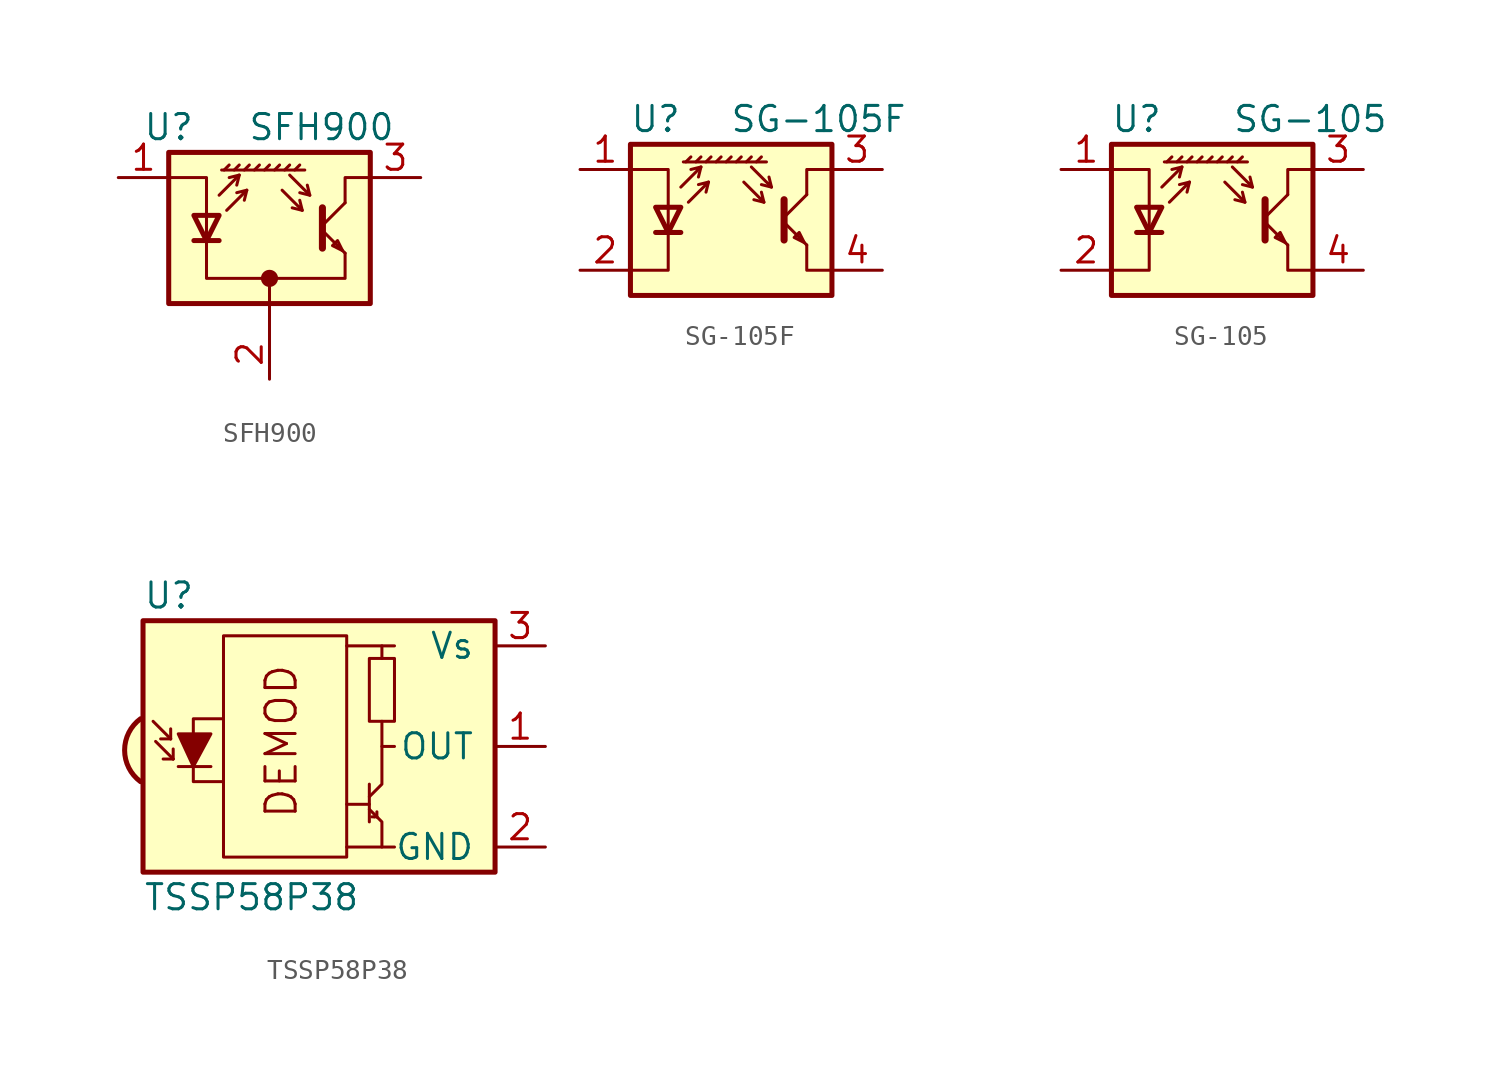
<source format=kicad_sym>
(kicad_symbol_lib
  (version 20220914)
  (generator kicad_symbol_editor)
  (symbol "SFH900"
    (pin_names
      (offset 1.016) hide)
    (property "Reference" "U"
      (at -5.08 5.08 0)
      (effects (font (size 1.27 1.27))))
    (property "Value" "SFH900"
      (at 6.35 5.08 0)
      (effects (font (size 1.27 1.27)) (justify right)))
    (symbol "SFH900_0_1"
      (circle (center 0 -2.54) (radius 0.356) (stroke (width 0) (type default)) (fill (type outline)))
      (polyline (pts (xy -3.81 -0.635) (xy -2.54 -0.635)) (stroke (width 0.254) (type default)) (fill (type none)))
      (polyline (pts (xy -2.286 2.921) (xy -2.032 3.175)) (stroke (width 0) (type default)) (fill (type none)))
      (polyline (pts (xy -1.778 2.921) (xy -1.524 3.175)) (stroke (width 0) (type default)) (fill (type none)))
      (polyline (pts (xy -1.524 2.667) (xy -1.651 2.159)) (stroke (width 0) (type default)) (fill (type none)))
      (polyline (pts (xy -1.27 2.921) (xy -1.016 3.175)) (stroke (width 0) (type default)) (fill (type none)))
      (polyline (pts (xy -1.143 1.905) (xy -1.27 1.397)) (stroke (width 0) (type default)) (fill (type none)))
      (polyline (pts (xy -0.762 2.921) (xy -0.508 3.175)) (stroke (width 0) (type default)) (fill (type none)))
      (polyline (pts (xy -0.254 2.921) (xy 0 3.175)) (stroke (width 0) (type default)) (fill (type none)))
      (polyline (pts (xy 0 -2.54) (xy 0 -5.08)) (stroke (width 0) (type default)) (fill (type none)))
      (polyline (pts (xy 0.254 2.921) (xy 0.508 3.175)) (stroke (width 0) (type default)) (fill (type none)))
      (polyline (pts (xy 0.762 2.921) (xy 1.016 3.175)) (stroke (width 0) (type default)) (fill (type none)))
      (polyline (pts (xy 1.27 2.921) (xy 1.524 3.175)) (stroke (width 0) (type default)) (fill (type none)))
      (polyline (pts (xy 1.651 0.889) (xy 1.143 1.016)) (stroke (width 0) (type default)) (fill (type none)))
      (polyline (pts (xy 1.778 2.921) (xy -2.413 2.921)) (stroke (width 0) (type default)) (fill (type none)))
      (polyline (pts (xy 2.032 1.651) (xy 1.524 1.778)) (stroke (width 0) (type default)) (fill (type none)))
      (polyline (pts (xy 2.667 -0.127) (xy 3.81 -1.27)) (stroke (width 0) (type default)) (fill (type none)))
      (polyline (pts (xy 2.667 0.127) (xy 3.81 1.27)) (stroke (width 0) (type default)) (fill (type none)))
      (polyline (pts (xy -2.54 1.651) (xy -1.524 2.667) (xy -2.032 2.54)) (stroke (width 0) (type default)) (fill (type none)))
      (polyline (pts (xy -2.159 0.889) (xy -1.143 1.905) (xy -1.651 1.778)) (stroke (width 0) (type default)) (fill (type none)))
      (polyline (pts (xy 0.635 1.905) (xy 1.651 0.889) (xy 1.524 1.397)) (stroke (width 0) (type default)) (fill (type none)))
      (polyline (pts (xy 1.016 2.667) (xy 2.032 1.651) (xy 1.905 2.159)) (stroke (width 0) (type default)) (fill (type none)))
      (polyline (pts (xy 2.667 1.016) (xy 2.667 -1.016) (xy 2.667 -1.016)) (stroke (width 0.356) (type default)) (fill (type none)))
      (polyline (pts (xy 3.81 1.27) (xy 3.81 2.54) (xy 5.08 2.54)) (stroke (width 0) (type default)) (fill (type none)))
      (polyline (pts (xy -3.175 -0.635) (xy -3.81 0.635) (xy -2.54 0.635) (xy -3.175 -0.635)) (stroke (width 0.254) (type default)) (fill (type none)))
      (polyline (pts (xy 3.683 -1.143) (xy 3.429 -0.635) (xy 3.175 -0.889) (xy 3.683 -1.143)) (stroke (width 0) (type default)) (fill (type none)))
      (polyline (pts (xy -5.08 -3.81) (xy 5.08 -3.81) (xy 5.08 3.81) (xy -5.08 3.81) (xy -5.08 -3.81)) (stroke (width 0.254) (type default)) (fill (type background)))
      (polyline (pts (xy -5.08 2.54) (xy -3.175 2.54) (xy -3.175 -2.54) (xy 3.81 -2.54) (xy 3.81 -1.27)) (stroke (width 0) (type default)) (fill (type none))))
    (symbol "SFH900_1_1"
      (pin passive line (at -7.62 2.54 0) (length 2.54) (name "A" (effects (font (size 1.27 1.27)))) (number "1" (effects (font (size 1.27 1.27)))))
      (pin passive line (at 0 -7.62 90) (length 2.54) (name "K" (effects (font (size 1.27 1.27)))) (number "2" (effects (font (size 1.27 1.27)))))
      (pin open_collector line (at 7.62 2.54 180) (length 2.54) (name "C" (effects (font (size 1.27 1.27)))) (number "3" (effects (font (size 1.27 1.27)))))))
  (symbol "SG-105F"
    (pin_names
      (offset 1.016) hide)
    (property "Reference" "U"
      (at -3.81 5.08 0)
      (effects (font (size 1.27 1.27))))
    (property "Value" "SG-105F"
      (at 8.89 5.08 0)
      (effects (font (size 1.27 1.27)) (justify right)))
    (symbol "SG-105F_0_1"
      (polyline (pts (xy -3.81 -0.635) (xy -2.54 -0.635)) (stroke (width 0.254) (type default)) (fill (type none)))
      (polyline (pts (xy -2.286 2.921) (xy -2.032 3.175)) (stroke (width 0) (type default)) (fill (type none)))
      (polyline (pts (xy -1.778 2.921) (xy -1.524 3.175)) (stroke (width 0) (type default)) (fill (type none)))
      (polyline (pts (xy -1.524 2.667) (xy -1.651 2.159)) (stroke (width 0) (type default)) (fill (type none)))
      (polyline (pts (xy -1.27 2.921) (xy -1.016 3.175)) (stroke (width 0) (type default)) (fill (type none)))
      (polyline (pts (xy -1.143 1.905) (xy -1.27 1.397)) (stroke (width 0) (type default)) (fill (type none)))
      (polyline (pts (xy -0.762 2.921) (xy -0.508 3.175)) (stroke (width 0) (type default)) (fill (type none)))
      (polyline (pts (xy -0.254 2.921) (xy 0 3.175)) (stroke (width 0) (type default)) (fill (type none)))
      (polyline (pts (xy 0.254 2.921) (xy 0.508 3.175)) (stroke (width 0) (type default)) (fill (type none)))
      (polyline (pts (xy 0.762 2.921) (xy 1.016 3.175)) (stroke (width 0) (type default)) (fill (type none)))
      (polyline (pts (xy 1.27 2.921) (xy 1.524 3.175)) (stroke (width 0) (type default)) (fill (type none)))
      (polyline (pts (xy 1.651 0.889) (xy 1.143 1.016)) (stroke (width 0) (type default)) (fill (type none)))
      (polyline (pts (xy 1.778 2.921) (xy -2.413 2.921)) (stroke (width 0) (type default)) (fill (type none)))
      (polyline (pts (xy 2.032 1.651) (xy 1.524 1.778)) (stroke (width 0) (type default)) (fill (type none)))
      (polyline (pts (xy 2.667 -0.127) (xy 3.81 -1.27)) (stroke (width 0) (type default)) (fill (type none)))
      (polyline (pts (xy 2.667 0.127) (xy 3.81 1.27)) (stroke (width 0) (type default)) (fill (type none)))
      (polyline (pts (xy -2.54 1.651) (xy -1.524 2.667) (xy -2.032 2.54)) (stroke (width 0) (type default)) (fill (type none)))
      (polyline (pts (xy -2.159 0.889) (xy -1.143 1.905) (xy -1.651 1.778)) (stroke (width 0) (type default)) (fill (type none)))
      (polyline (pts (xy 0.635 1.905) (xy 1.651 0.889) (xy 1.524 1.397)) (stroke (width 0) (type default)) (fill (type none)))
      (polyline (pts (xy 1.016 2.667) (xy 2.032 1.651) (xy 1.905 2.159)) (stroke (width 0) (type default)) (fill (type none)))
      (polyline (pts (xy 2.667 1.016) (xy 2.667 -1.016) (xy 2.667 -1.016)) (stroke (width 0.356) (type default)) (fill (type none)))
      (polyline (pts (xy 3.81 -1.27) (xy 3.81 -2.54) (xy 5.08 -2.54)) (stroke (width 0) (type default)) (fill (type none)))
      (polyline (pts (xy 3.81 1.27) (xy 3.81 2.54) (xy 5.08 2.54)) (stroke (width 0) (type default)) (fill (type none)))
      (polyline (pts (xy -5.08 -2.54) (xy -3.175 -2.54) (xy -3.175 2.54) (xy -5.08 2.54)) (stroke (width 0) (type default)) (fill (type none)))
      (polyline (pts (xy -3.175 -0.635) (xy -3.81 0.635) (xy -2.54 0.635) (xy -3.175 -0.635)) (stroke (width 0.254) (type default)) (fill (type none)))
      (polyline (pts (xy 3.683 -1.143) (xy 3.429 -0.635) (xy 3.175 -0.889) (xy 3.683 -1.143)) (stroke (width 0) (type default)) (fill (type none)))
      (polyline (pts (xy -5.08 -3.81) (xy 5.08 -3.81) (xy 5.08 3.81) (xy -5.08 3.81) (xy -5.08 -3.81)) (stroke (width 0.254) (type default)) (fill (type background))))
    (symbol "SG-105F_1_1"
      (pin passive line (at -7.62 2.54 0) (length 2.54) (name "A" (effects (font (size 1.27 1.27)))) (number "1" (effects (font (size 1.27 1.27)))))
      (pin passive line (at -7.62 -2.54 0) (length 2.54) (name "K" (effects (font (size 1.27 1.27)))) (number "2" (effects (font (size 1.27 1.27)))))
      (pin open_collector line (at 7.62 2.54 180) (length 2.54) (name "C" (effects (font (size 1.27 1.27)))) (number "3" (effects (font (size 1.27 1.27)))))
      (pin open_emitter line (at 7.62 -2.54 180) (length 2.54) (name "E" (effects (font (size 1.27 1.27)))) (number "4" (effects (font (size 1.27 1.27)))))))
  (symbol "SG-105"
    (pin_names
      (offset 1.016) hide)
    (property "Reference" "U"
      (at -3.81 5.08 0)
      (effects (font (size 1.27 1.27))))
    (property "Value" "SG-105"
      (at 8.89 5.08 0)
      (effects (font (size 1.27 1.27)) (justify right)))
    (symbol "SG-105_0_1"
      (polyline (pts (xy -3.81 -0.635) (xy -2.54 -0.635)) (stroke (width 0.254) (type default)) (fill (type none)))
      (polyline (pts (xy -2.286 2.921) (xy -2.032 3.175)) (stroke (width 0) (type default)) (fill (type none)))
      (polyline (pts (xy -1.778 2.921) (xy -1.524 3.175)) (stroke (width 0) (type default)) (fill (type none)))
      (polyline (pts (xy -1.524 2.667) (xy -1.651 2.159)) (stroke (width 0) (type default)) (fill (type none)))
      (polyline (pts (xy -1.27 2.921) (xy -1.016 3.175)) (stroke (width 0) (type default)) (fill (type none)))
      (polyline (pts (xy -1.143 1.905) (xy -1.27 1.397)) (stroke (width 0) (type default)) (fill (type none)))
      (polyline (pts (xy -0.762 2.921) (xy -0.508 3.175)) (stroke (width 0) (type default)) (fill (type none)))
      (polyline (pts (xy -0.254 2.921) (xy 0 3.175)) (stroke (width 0) (type default)) (fill (type none)))
      (polyline (pts (xy 0.254 2.921) (xy 0.508 3.175)) (stroke (width 0) (type default)) (fill (type none)))
      (polyline (pts (xy 0.762 2.921) (xy 1.016 3.175)) (stroke (width 0) (type default)) (fill (type none)))
      (polyline (pts (xy 1.27 2.921) (xy 1.524 3.175)) (stroke (width 0) (type default)) (fill (type none)))
      (polyline (pts (xy 1.651 0.889) (xy 1.143 1.016)) (stroke (width 0) (type default)) (fill (type none)))
      (polyline (pts (xy 1.778 2.921) (xy -2.413 2.921)) (stroke (width 0) (type default)) (fill (type none)))
      (polyline (pts (xy 2.032 1.651) (xy 1.524 1.778)) (stroke (width 0) (type default)) (fill (type none)))
      (polyline (pts (xy 2.667 -0.127) (xy 3.81 -1.27)) (stroke (width 0) (type default)) (fill (type none)))
      (polyline (pts (xy 2.667 0.127) (xy 3.81 1.27)) (stroke (width 0) (type default)) (fill (type none)))
      (polyline (pts (xy -2.54 1.651) (xy -1.524 2.667) (xy -2.032 2.54)) (stroke (width 0) (type default)) (fill (type none)))
      (polyline (pts (xy -2.159 0.889) (xy -1.143 1.905) (xy -1.651 1.778)) (stroke (width 0) (type default)) (fill (type none)))
      (polyline (pts (xy 0.635 1.905) (xy 1.651 0.889) (xy 1.524 1.397)) (stroke (width 0) (type default)) (fill (type none)))
      (polyline (pts (xy 1.016 2.667) (xy 2.032 1.651) (xy 1.905 2.159)) (stroke (width 0) (type default)) (fill (type none)))
      (polyline (pts (xy 2.667 1.016) (xy 2.667 -1.016) (xy 2.667 -1.016)) (stroke (width 0.356) (type default)) (fill (type none)))
      (polyline (pts (xy 3.81 -1.27) (xy 3.81 -2.54) (xy 5.08 -2.54)) (stroke (width 0) (type default)) (fill (type none)))
      (polyline (pts (xy 3.81 1.27) (xy 3.81 2.54) (xy 5.08 2.54)) (stroke (width 0) (type default)) (fill (type none)))
      (polyline (pts (xy -5.08 -2.54) (xy -3.175 -2.54) (xy -3.175 2.54) (xy -5.08 2.54)) (stroke (width 0) (type default)) (fill (type none)))
      (polyline (pts (xy -3.175 -0.635) (xy -3.81 0.635) (xy -2.54 0.635) (xy -3.175 -0.635)) (stroke (width 0.254) (type default)) (fill (type none)))
      (polyline (pts (xy 3.683 -1.143) (xy 3.429 -0.635) (xy 3.175 -0.889) (xy 3.683 -1.143)) (stroke (width 0) (type default)) (fill (type none)))
      (polyline (pts (xy -5.08 -3.81) (xy 5.08 -3.81) (xy 5.08 3.81) (xy -5.08 3.81) (xy -5.08 -3.81)) (stroke (width 0.254) (type default)) (fill (type background))))
    (symbol "SG-105_1_1"
      (pin passive line (at -7.62 2.54 0) (length 2.54) (name "A" (effects (font (size 1.27 1.27)))) (number "1" (effects (font (size 1.27 1.27)))))
      (pin passive line (at -7.62 -2.54 0) (length 2.54) (name "K" (effects (font (size 1.27 1.27)))) (number "2" (effects (font (size 1.27 1.27)))))
      (pin open_collector line (at 7.62 2.54 180) (length 2.54) (name "C" (effects (font (size 1.27 1.27)))) (number "3" (effects (font (size 1.27 1.27)))))
      (pin open_emitter line (at 7.62 -2.54 180) (length 2.54) (name "E" (effects (font (size 1.27 1.27)))) (number "4" (effects (font (size 1.27 1.27)))))))
  (symbol "TSSP58P38"
    (pin_names
      (offset 1.016))
    (property "Reference" "U"
      (at -10.16 7.62 0)
      (effects (font (size 1.27 1.27)) (justify left)))
    (property "Value" "TSSP58P38"
      (at -10.16 -7.62 0)
      (effects (font (size 1.27 1.27)) (justify left)))
    (symbol "TSSP58P38_0_0"
      (arc (start -10.287 1.397) (mid -11.0899 -0.1852) (end -10.287 -1.778) (stroke (width 0.254) (type default)) (fill (type background)))
      (polyline (pts (xy 1.905 -5.08) (xy 0.127 -5.08)) (stroke (width 0) (type default)) (fill (type none)))
      (polyline (pts (xy 1.905 5.08) (xy 0.127 5.08)) (stroke (width 0) (type default)) (fill (type none)))
      (text "DEMOD" (at -3.175 0.254 900) (effects (font (size 1.524 1.524)))))
    (symbol "TSSP58P38_0_1"
      (rectangle (start -6.096 5.588) (end 0.127 -5.588) (stroke (width 0) (type default)) (fill (type none)))
      (polyline (pts (xy -8.763 0.381) (xy -9.652 1.27)) (stroke (width 0) (type default)) (fill (type none)))
      (polyline (pts (xy -8.763 0.381) (xy -9.271 0.381)) (stroke (width 0) (type default)) (fill (type none)))
      (polyline (pts (xy -8.763 0.381) (xy -8.763 0.889)) (stroke (width 0) (type default)) (fill (type none)))
      (polyline (pts (xy -8.636 -0.635) (xy -9.525 0.254)) (stroke (width 0) (type default)) (fill (type none)))
      (polyline (pts (xy -8.636 -0.635) (xy -9.144 -0.635)) (stroke (width 0) (type default)) (fill (type none)))
      (polyline (pts (xy -8.636 -0.635) (xy -8.636 -0.127)) (stroke (width 0) (type default)) (fill (type none)))
      (polyline (pts (xy -8.382 -1.016) (xy -6.731 -1.016)) (stroke (width 0) (type default)) (fill (type none)))
      (polyline (pts (xy 1.27 -2.921) (xy 0.127 -2.921)) (stroke (width 0) (type default)) (fill (type none)))
      (polyline (pts (xy 1.27 -1.905) (xy 1.27 -3.81)) (stroke (width 0) (type default)) (fill (type none)))
      (polyline (pts (xy 1.397 -3.556) (xy 1.524 -3.556)) (stroke (width 0) (type default)) (fill (type none)))
      (polyline (pts (xy 1.651 -3.556) (xy 1.524 -3.556)) (stroke (width 0) (type default)) (fill (type none)))
      (polyline (pts (xy 1.651 -3.556) (xy 1.651 -3.302)) (stroke (width 0) (type default)) (fill (type none)))
      (polyline (pts (xy 1.905 0) (xy 1.905 1.27)) (stroke (width 0) (type default)) (fill (type none)))
      (polyline (pts (xy 1.905 4.445) (xy 1.905 5.08) (xy 2.54 5.08)) (stroke (width 0) (type default)) (fill (type none)))
      (polyline (pts (xy -8.382 0.635) (xy -6.731 0.635) (xy -7.62 -1.016) (xy -8.382 0.635)) (stroke (width 0) (type default)) (fill (type outline)))
      (polyline (pts (xy -6.096 1.397) (xy -7.62 1.397) (xy -7.62 -1.778) (xy -6.096 -1.778)) (stroke (width 0) (type default)) (fill (type none)))
      (polyline (pts (xy 1.27 -3.175) (xy 1.905 -3.81) (xy 1.905 -5.08) (xy 2.54 -5.08)) (stroke (width 0) (type default)) (fill (type none)))
      (polyline (pts (xy 1.27 -2.54) (xy 1.905 -1.905) (xy 1.905 0) (xy 2.54 0)) (stroke (width 0) (type default)) (fill (type none)))
      (rectangle (start 2.54 1.27) (end 1.27 4.445) (stroke (width 0) (type default)) (fill (type none)))
      (rectangle (start 7.62 6.35) (end -10.16 -6.35) (stroke (width 0.254) (type default)) (fill (type background))))
    (symbol "TSSP58P38_1_1"
      (pin output line (at 10.16 0 180) (length 2.54) (name "OUT" (effects (font (size 1.27 1.27)))) (number "1" (effects (font (size 1.27 1.27)))))
      (pin power_in line (at 10.16 -5.08 180) (length 2.54) (name "GND" (effects (font (size 1.27 1.27)))) (number "2" (effects (font (size 1.27 1.27)))))
      (pin power_in line (at 10.16 5.08 180) (length 2.54) (name "Vs" (effects (font (size 1.27 1.27)))) (number "3" (effects (font (size 1.27 1.27))))))))
</source>
